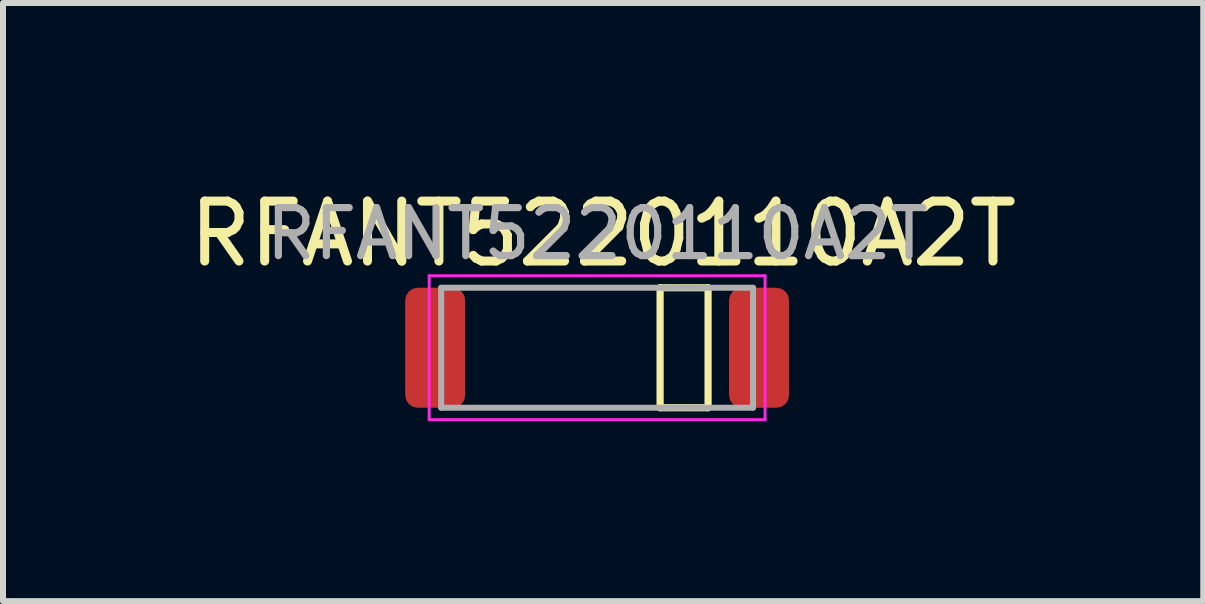
<source format=kicad_pcb>
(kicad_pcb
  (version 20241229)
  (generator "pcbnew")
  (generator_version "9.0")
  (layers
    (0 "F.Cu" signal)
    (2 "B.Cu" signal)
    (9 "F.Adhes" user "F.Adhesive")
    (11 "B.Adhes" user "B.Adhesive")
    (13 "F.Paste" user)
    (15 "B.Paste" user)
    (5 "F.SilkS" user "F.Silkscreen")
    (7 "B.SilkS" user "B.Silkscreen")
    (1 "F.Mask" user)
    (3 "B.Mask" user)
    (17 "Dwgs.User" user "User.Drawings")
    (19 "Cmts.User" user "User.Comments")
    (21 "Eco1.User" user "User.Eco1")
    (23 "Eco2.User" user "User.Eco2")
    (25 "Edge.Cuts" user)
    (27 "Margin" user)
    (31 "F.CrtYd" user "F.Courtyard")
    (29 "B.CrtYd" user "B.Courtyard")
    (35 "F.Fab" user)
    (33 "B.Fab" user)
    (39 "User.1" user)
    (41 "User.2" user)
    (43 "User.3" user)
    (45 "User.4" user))
  (footprint "RFANT5220110A2T"
    (layer "F.Cu")
    (at 6.906 2.748)
    (property "Reference" "RFANT5220110A2T" (at 0.1 -1.9 0) (layer "F.SilkS") (effects (font (size 1 1) (thickness 0.15))))
    (attr smd)
    (fp_line (start 1.05 -1) (end 1.05 1) (stroke (width 0.12) (type solid)) (layer "F.SilkS"))
    (fp_line (start 1.05 1) (end 1.85 1) (stroke (width 0.12) (type solid)) (layer "F.SilkS"))
    (fp_line (start 1.85 -1) (end 1.05 -1) (stroke (width 0.12) (type solid)) (layer "F.SilkS"))
    (fp_line (start 1.85 -1) (end 1.85 1) (stroke (width 0.12) (type solid)) (layer "F.SilkS"))
    (fp_line (start -2.8 -1.2) (end 2.8 -1.2) (stroke (width 0.05) (type solid)) (layer "F.CrtYd"))
    (fp_line (start -2.8 1.2) (end -2.8 -1.2) (stroke (width 0.05) (type solid)) (layer "F.CrtYd"))
    (fp_line (start 2.8 -1.2) (end 2.8 1.2) (stroke (width 0.05) (type solid)) (layer "F.CrtYd"))
    (fp_line (start 2.8 1.2) (end -2.8 1.2) (stroke (width 0.05) (type solid)) (layer "F.CrtYd"))
    (fp_line (start -2.6 -1) (end -2.6 1) (stroke (width 0.1) (type solid)) (layer "F.Fab"))
    (fp_line (start -2.6 1) (end 2.6 1) (stroke (width 0.1) (type solid)) (layer "F.Fab"))
    (fp_line (start 2.6 -1) (end -2.6 -1) (stroke (width 0.1) (type solid)) (layer "F.Fab"))
    (fp_line (start 2.6 1) (end 2.6 -1) (stroke (width 0.1) (type solid)) (layer "F.Fab"))
    (fp_text user "${REFERENCE}" (at 0 -1.9 0) (layer "F.Fab") (effects (font (size 0.8 0.8) (thickness 0.12))))
    (pad "" smd roundrect (at -2.7 0) (size 1 2) (layers "F.Cu" "F.Mask" "F.Paste") (roundrect_rratio 0.208))
    (pad "1" smd roundrect (at 2.7 0 180) (size 1 2) (layers "F.Cu" "F.Mask" "F.Paste") (roundrect_rratio 0.208)))
  (gr_rect
    (start -3 -3)
    (end 17.012 6.973)
    (stroke (width 0.1) (type default))
    (fill no)
    (layer "Edge.Cuts")))
</source>
